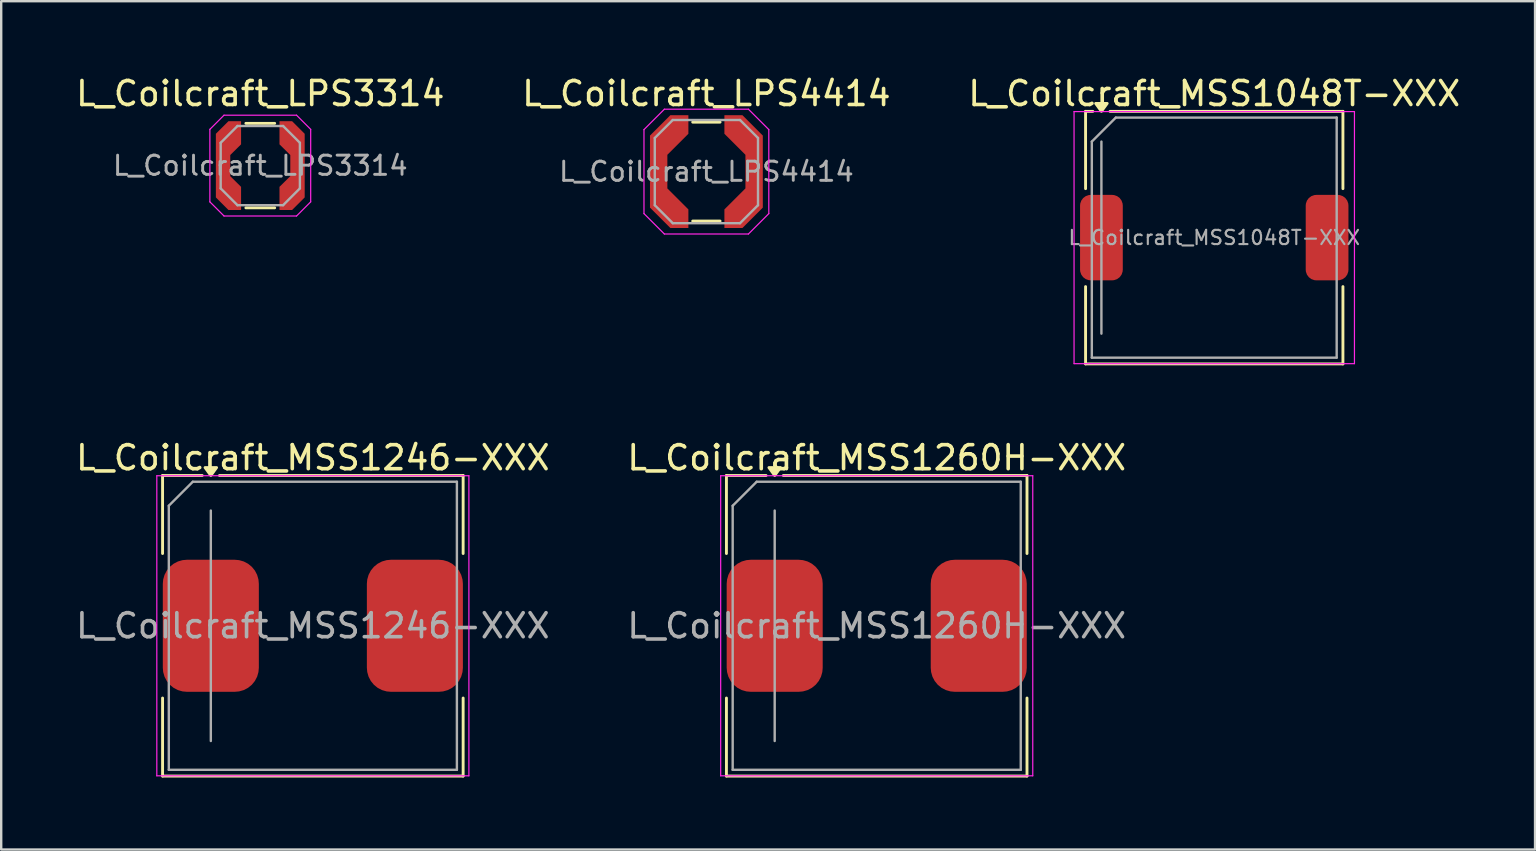
<source format=kicad_pcb>
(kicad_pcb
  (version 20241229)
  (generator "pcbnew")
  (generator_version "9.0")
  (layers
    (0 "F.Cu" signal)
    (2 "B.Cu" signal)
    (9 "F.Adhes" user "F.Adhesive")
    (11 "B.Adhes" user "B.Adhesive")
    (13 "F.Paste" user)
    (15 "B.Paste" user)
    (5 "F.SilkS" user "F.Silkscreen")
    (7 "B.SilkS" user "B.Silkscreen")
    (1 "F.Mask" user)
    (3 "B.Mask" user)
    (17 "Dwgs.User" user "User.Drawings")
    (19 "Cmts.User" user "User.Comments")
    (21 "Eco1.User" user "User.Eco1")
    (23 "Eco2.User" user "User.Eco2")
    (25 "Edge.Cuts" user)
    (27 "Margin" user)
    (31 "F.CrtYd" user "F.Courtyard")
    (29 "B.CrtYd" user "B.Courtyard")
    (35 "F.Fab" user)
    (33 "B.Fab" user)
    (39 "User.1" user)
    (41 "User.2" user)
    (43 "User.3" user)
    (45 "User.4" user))
  (footprint "L_Coilcraft_LPS3314"
    (layer "F.Cu")
    (at 7.792 3.848)
    (property "Reference" "L_Coilcraft_LPS3314" (at 0 -3 0) (layer "F.SilkS") (effects (font (size 1 1) (thickness 0.15))))
    (attr smd)
    (fp_line (start -0.6 -1.76) (end 0.6 -1.76) (stroke (width 0.12) (type solid)) (layer "F.SilkS"))
    (fp_line (start -0.6 1.76) (end 0.6 1.76) (stroke (width 0.12) (type solid)) (layer "F.SilkS"))
    (fp_line (start -2.1 -1.51) (end -2.1 1.51) (stroke (width 0.05) (type solid)) (layer "F.CrtYd"))
    (fp_line (start -1.51 -2.1) (end -2.1 -1.51) (stroke (width 0.05) (type solid)) (layer "F.CrtYd"))
    (fp_line (start -1.51 -2.1) (end 1.51 -2.1) (stroke (width 0.05) (type solid)) (layer "F.CrtYd"))
    (fp_line (start -1.51 2.1) (end -2.1 1.51) (stroke (width 0.05) (type solid)) (layer "F.CrtYd"))
    (fp_line (start -1.51 2.1) (end 1.51 2.1) (stroke (width 0.05) (type solid)) (layer "F.CrtYd"))
    (fp_line (start 1.51 -2.1) (end 2.1 -1.51) (stroke (width 0.05) (type solid)) (layer "F.CrtYd"))
    (fp_line (start 1.51 2.1) (end 2.1 1.51) (stroke (width 0.05) (type solid)) (layer "F.CrtYd"))
    (fp_line (start 2.1 -1.51) (end 2.1 1.51) (stroke (width 0.05) (type solid)) (layer "F.CrtYd"))
    (fp_line (start -1.65 -0.95) (end -0.95 -1.65) (stroke (width 0.1) (type solid)) (layer "F.Fab"))
    (fp_line (start -1.65 0.95) (end -1.65 -0.95) (stroke (width 0.1) (type solid)) (layer "F.Fab"))
    (fp_line (start -1.65 0.95) (end -0.95 1.65) (stroke (width 0.1) (type solid)) (layer "F.Fab"))
    (fp_line (start -0.95 -1.65) (end 0.95 -1.65) (stroke (width 0.1) (type solid)) (layer "F.Fab"))
    (fp_line (start 0.95 -1.65) (end 1.65 -0.95) (stroke (width 0.1) (type solid)) (layer "F.Fab"))
    (fp_line (start 0.95 1.65) (end -0.95 1.65) (stroke (width 0.1) (type solid)) (layer "F.Fab"))
    (fp_line (start 0.95 1.65) (end 1.65 0.95) (stroke (width 0.1) (type solid)) (layer "F.Fab"))
    (fp_line (start 1.65 -0.95) (end 1.65 0.95) (stroke (width 0.1) (type solid)) (layer "F.Fab"))
    (fp_text user "${REFERENCE}" (at 0 0 0) (layer "F.Fab") (effects (font (size 0.8 0.8) (thickness 0.12))))
    (pad "1" smd custom (at -1.55 0) (size 0.6 0.881) (layers "F.Cu" "F.Mask" "F.Paste") (options (anchor rect)) (primitives (gr_poly (pts (xy 0.75 -0.885) (xy 0.3 -0.441) (xy 0.3 0.441) (xy 0.75 0.885) (xy 0.75 1.85) (xy 0.225 1.85) (xy -0.3 1.325) (xy -0.3 -1.325) (xy 0.225 -1.85) (xy 0.75 -1.85)) (width 0) (fill yes))))
    (pad "2" smd custom (at 1.55 0 180) (size 0.6 0.881) (layers "F.Cu" "F.Mask" "F.Paste") (options (anchor rect)) (primitives (gr_poly (pts (xy 0.75 -0.885) (xy 0.3 -0.441) (xy 0.3 0.441) (xy 0.75 0.885) (xy 0.75 1.85) (xy 0.225 1.85) (xy -0.3 1.325) (xy -0.3 -1.325) (xy 0.225 -1.85) (xy 0.75 -1.85)) (width 0) (fill yes)))))
  (footprint "L_Coilcraft_MSS1048T-XXX"
    (layer "F.Cu")
    (at 47.53 6.848)
    (property "Reference" "L_Coilcraft_MSS1048T-XXX" (at 0 -6 0) (layer "F.SilkS") (effects (font (size 1 1) (thickness 0.15))))
    (attr smd)
    (fp_line (start -5.36 -5.26) (end -5.36 -2.04) (stroke (width 0.12) (type solid)) (layer "F.SilkS"))
    (fp_line (start -5.36 -5.26) (end -5.06 -5.26) (stroke (width 0.12) (type solid)) (layer "F.SilkS"))
    (fp_line (start -5.36 5.26) (end -5.36 2.04) (stroke (width 0.12) (type solid)) (layer "F.SilkS"))
    (fp_line (start -5.36 5.26) (end 5.36 5.26) (stroke (width 0.12) (type solid)) (layer "F.SilkS"))
    (fp_line (start -4.34 -5.26) (end 5.36 -5.26) (stroke (width 0.12) (type solid)) (layer "F.SilkS"))
    (fp_line (start 5.36 -5.26) (end 5.36 -2.04) (stroke (width 0.12) (type solid)) (layer "F.SilkS"))
    (fp_line (start 5.36 5.26) (end 5.36 2.04) (stroke (width 0.12) (type solid)) (layer "F.SilkS"))
    (fp_poly (pts (xy -4.7 -5.26) (xy -4.94 -5.59) (xy -4.46 -5.59) (xy -4.7 -5.26)) (stroke (width 0.12) (type solid)) (fill yes) (layer "F.SilkS"))
    (fp_line (start -5.84 -5.25) (end -5.84 5.25) (stroke (width 0.05) (type solid)) (layer "F.CrtYd"))
    (fp_line (start -5.84 5.25) (end 5.84 5.25) (stroke (width 0.05) (type solid)) (layer "F.CrtYd"))
    (fp_line (start 5.84 -5.25) (end -5.84 -5.25) (stroke (width 0.05) (type solid)) (layer "F.CrtYd"))
    (fp_line (start 5.84 5.25) (end 5.84 -5.25) (stroke (width 0.05) (type solid)) (layer "F.CrtYd"))
    (fp_line (start -5.1 -4) (end -4.1 -5) (stroke (width 0.1) (type solid)) (layer "F.Fab"))
    (fp_line (start -5.1 5) (end -5.1 -4) (stroke (width 0.1) (type solid)) (layer "F.Fab"))
    (fp_line (start -4.7 4) (end -4.7 -4) (stroke (width 0.1) (type solid)) (layer "F.Fab"))
    (fp_line (start -4.1 -5) (end 5.1 -5) (stroke (width 0.1) (type solid)) (layer "F.Fab"))
    (fp_line (start 5.1 -5) (end 5.1 5) (stroke (width 0.1) (type solid)) (layer "F.Fab"))
    (fp_line (start 5.1 5) (end -5.1 5) (stroke (width 0.1) (type solid)) (layer "F.Fab"))
    (fp_text user "${REFERENCE}" (at 0 0 0) (layer "F.Fab") (effects (font (size 0.593 0.593) (thickness 0.089))))
    (pad "1" smd roundrect (at -4.7 0) (size 1.78 3.56) (layers "F.Cu" "F.Mask" "F.Paste") (roundrect_rratio 0.25))
    (pad "2" smd roundrect (at 4.7 0) (size 1.78 3.56) (layers "F.Cu" "F.Mask" "F.Paste") (roundrect_rratio 0.25)))
  (footprint "L_Coilcraft_LPS4414"
    (layer "F.Cu")
    (at 26.375 4.098)
    (property "Reference" "L_Coilcraft_LPS4414" (at 0 -3.25 0) (layer "F.SilkS") (effects (font (size 1 1) (thickness 0.15))))
    (attr smd)
    (fp_line (start -0.57 -2.06) (end 0.57 -2.06) (stroke (width 0.12) (type solid)) (layer "F.SilkS"))
    (fp_line (start -0.57 2.06) (end 0.57 2.06) (stroke (width 0.12) (type solid)) (layer "F.SilkS"))
    (fp_line (start -2.6 -1.75) (end -2.6 1.75) (stroke (width 0.05) (type solid)) (layer "F.CrtYd"))
    (fp_line (start -2.6 1.75) (end -1.75 2.6) (stroke (width 0.05) (type solid)) (layer "F.CrtYd"))
    (fp_line (start -1.75 -2.6) (end -2.6 -1.75) (stroke (width 0.05) (type solid)) (layer "F.CrtYd"))
    (fp_line (start -1.75 -2.6) (end 1.75 -2.6) (stroke (width 0.05) (type solid)) (layer "F.CrtYd"))
    (fp_line (start -1.75 2.6) (end 1.75 2.6) (stroke (width 0.05) (type solid)) (layer "F.CrtYd"))
    (fp_line (start 1.75 -2.6) (end 2.6 -1.75) (stroke (width 0.05) (type solid)) (layer "F.CrtYd"))
    (fp_line (start 1.75 2.6) (end 2.6 1.75) (stroke (width 0.05) (type solid)) (layer "F.CrtYd"))
    (fp_line (start 2.6 -1.75) (end 2.6 1.75) (stroke (width 0.05) (type solid)) (layer "F.CrtYd"))
    (fp_line (start -2.15 -1.4) (end -1.4 -2.15) (stroke (width 0.1) (type solid)) (layer "F.Fab"))
    (fp_line (start -2.15 1.4) (end -2.15 -1.4) (stroke (width 0.1) (type solid)) (layer "F.Fab"))
    (fp_line (start -2.15 1.4) (end -1.4 2.15) (stroke (width 0.1) (type solid)) (layer "F.Fab"))
    (fp_line (start -1.4 -2.15) (end 1.4 -2.15) (stroke (width 0.1) (type solid)) (layer "F.Fab"))
    (fp_line (start 1.4 -2.15) (end 2.15 -1.4) (stroke (width 0.1) (type solid)) (layer "F.Fab"))
    (fp_line (start 1.4 2.15) (end -1.4 2.15) (stroke (width 0.1) (type solid)) (layer "F.Fab"))
    (fp_line (start 1.4 2.15) (end 2.15 1.4) (stroke (width 0.1) (type solid)) (layer "F.Fab"))
    (fp_line (start 2.15 -1.4) (end 2.15 1.4) (stroke (width 0.1) (type solid)) (layer "F.Fab"))
    (fp_text user "${REFERENCE}" (at 0 0 0) (layer "F.Fab") (effects (font (size 0.8 0.8) (thickness 0.12))))
    (pad "1" smd custom (at -1.988 0) (size 0.5 2) (layers "F.Cu" "F.Mask" "F.Paste") (options (anchor rect)) (primitives (gr_poly (pts (xy 0.362 -0.7) (xy 1.238 -1.575) (xy 1.238 -2.35) (xy 0.487 -2.35) (xy -0.362 -1.5) (xy -0.362 1.5) (xy 0.487 2.35) (xy 1.238 2.35) (xy 1.238 1.575) (xy 0.362 0.7)) (width 0) (fill yes))))
    (pad "2" smd custom (at 1.988 0) (size 0.5 2) (layers "F.Cu" "F.Mask" "F.Paste") (options (anchor rect)) (primitives (gr_poly (pts (xy -0.362 -0.7) (xy -1.238 -1.575) (xy -1.238 -2.35) (xy -0.487 -2.35) (xy 0.362 -1.5) (xy 0.362 1.5) (xy -0.487 2.35) (xy -1.238 2.35) (xy -1.238 1.575) (xy -0.362 0.7)) (width 0) (fill yes)))))
  (footprint "L_Coilcraft_MSS1260H-XXX"
    (layer "F.Cu")
    (at 33.47 23.017)
    (property "Reference" "L_Coilcraft_MSS1260H-XXX" (at 0 -7 0) (layer "F.SilkS") (effects (font (size 1 1) (thickness 0.15))))
    (attr smd)
    (fp_line (start -6.26 -6.26) (end -6.26 -3.01) (stroke (width 0.12) (type solid)) (layer "F.SilkS"))
    (fp_line (start -6.26 -6.26) (end -4.61 -6.26) (stroke (width 0.12) (type solid)) (layer "F.SilkS"))
    (fp_line (start -6.26 6.26) (end -6.26 3.01) (stroke (width 0.12) (type solid)) (layer "F.SilkS"))
    (fp_line (start -6.26 6.26) (end 6.26 6.26) (stroke (width 0.12) (type solid)) (layer "F.SilkS"))
    (fp_line (start -3.89 -6.26) (end 6.26 -6.26) (stroke (width 0.12) (type solid)) (layer "F.SilkS"))
    (fp_line (start 6.26 -6.26) (end 6.26 -3.01) (stroke (width 0.12) (type solid)) (layer "F.SilkS"))
    (fp_line (start 6.26 6.26) (end 6.26 3.01) (stroke (width 0.12) (type solid)) (layer "F.SilkS"))
    (fp_poly (pts (xy -4.25 -6.26) (xy -4.49 -6.59) (xy -4.01 -6.59) (xy -4.25 -6.26)) (stroke (width 0.12) (type solid)) (fill yes) (layer "F.SilkS"))
    (fp_line (start -6.5 -6.25) (end -6.5 6.25) (stroke (width 0.05) (type solid)) (layer "F.CrtYd"))
    (fp_line (start -6.5 6.25) (end 6.5 6.25) (stroke (width 0.05) (type solid)) (layer "F.CrtYd"))
    (fp_line (start 6.5 -6.25) (end -6.5 -6.25) (stroke (width 0.05) (type solid)) (layer "F.CrtYd"))
    (fp_line (start 6.5 6.25) (end 6.5 -6.25) (stroke (width 0.05) (type solid)) (layer "F.CrtYd"))
    (fp_line (start -6 -5) (end -5 -6) (stroke (width 0.1) (type solid)) (layer "F.Fab"))
    (fp_line (start -6 6) (end -6 -5) (stroke (width 0.1) (type solid)) (layer "F.Fab"))
    (fp_line (start -5 -6) (end 6 -6) (stroke (width 0.1) (type solid)) (layer "F.Fab"))
    (fp_line (start -4.25 4.8) (end -4.25 -4.8) (stroke (width 0.1) (type solid)) (layer "F.Fab"))
    (fp_line (start 6 -6) (end 6 6) (stroke (width 0.1) (type solid)) (layer "F.Fab"))
    (fp_line (start 6 6) (end -6 6) (stroke (width 0.1) (type solid)) (layer "F.Fab"))
    (fp_text user "${REFERENCE}" (at 0 0 0) (layer "F.Fab") (effects (font (size 1 1) (thickness 0.15))))
    (pad "1" smd roundrect (at -4.25 0) (size 4 5.5) (layers "F.Cu" "F.Mask" "F.Paste") (roundrect_rratio 0.25))
    (pad "2" smd roundrect (at 4.25 0) (size 4 5.5) (layers "F.Cu" "F.Mask" "F.Paste") (roundrect_rratio 0.25)))
  (footprint "L_Coilcraft_MSS1246-XXX"
    (layer "F.Cu")
    (at 9.982 23.017)
    (property "Reference" "L_Coilcraft_MSS1246-XXX" (at 0 -7 0) (layer "F.SilkS") (effects (font (size 1 1) (thickness 0.15))))
    (attr smd)
    (fp_line (start -6.26 -6.26) (end -6.26 -3.01) (stroke (width 0.12) (type solid)) (layer "F.SilkS"))
    (fp_line (start -6.26 -6.26) (end -4.61 -6.26) (stroke (width 0.12) (type solid)) (layer "F.SilkS"))
    (fp_line (start -6.26 6.26) (end -6.26 3.01) (stroke (width 0.12) (type solid)) (layer "F.SilkS"))
    (fp_line (start -6.26 6.26) (end 6.26 6.26) (stroke (width 0.12) (type solid)) (layer "F.SilkS"))
    (fp_line (start -3.89 -6.26) (end 6.26 -6.26) (stroke (width 0.12) (type solid)) (layer "F.SilkS"))
    (fp_line (start 6.26 -6.26) (end 6.26 -3.01) (stroke (width 0.12) (type solid)) (layer "F.SilkS"))
    (fp_line (start 6.26 6.26) (end 6.26 3.01) (stroke (width 0.12) (type solid)) (layer "F.SilkS"))
    (fp_poly (pts (xy -4.25 -6.26) (xy -4.49 -6.59) (xy -4.01 -6.59) (xy -4.25 -6.26)) (stroke (width 0.12) (type solid)) (fill yes) (layer "F.SilkS"))
    (fp_line (start -6.5 -6.25) (end -6.5 6.25) (stroke (width 0.05) (type solid)) (layer "F.CrtYd"))
    (fp_line (start -6.5 6.25) (end 6.5 6.25) (stroke (width 0.05) (type solid)) (layer "F.CrtYd"))
    (fp_line (start 6.5 -6.25) (end -6.5 -6.25) (stroke (width 0.05) (type solid)) (layer "F.CrtYd"))
    (fp_line (start 6.5 6.25) (end 6.5 -6.25) (stroke (width 0.05) (type solid)) (layer "F.CrtYd"))
    (fp_line (start -6 -5) (end -5 -6) (stroke (width 0.1) (type solid)) (layer "F.Fab"))
    (fp_line (start -6 6) (end -6 -5) (stroke (width 0.1) (type solid)) (layer "F.Fab"))
    (fp_line (start -5 -6) (end 6 -6) (stroke (width 0.1) (type solid)) (layer "F.Fab"))
    (fp_line (start -4.25 4.8) (end -4.25 -4.8) (stroke (width 0.1) (type solid)) (layer "F.Fab"))
    (fp_line (start 6 -6) (end 6 6) (stroke (width 0.1) (type solid)) (layer "F.Fab"))
    (fp_line (start 6 6) (end -6 6) (stroke (width 0.1) (type solid)) (layer "F.Fab"))
    (fp_text user "${REFERENCE}" (at 0 0 0) (layer "F.Fab") (effects (font (size 1 1) (thickness 0.15))))
    (pad "1" smd roundrect (at -4.25 0) (size 4 5.5) (layers "F.Cu" "F.Mask" "F.Paste") (roundrect_rratio 0.25))
    (pad "2" smd roundrect (at 4.25 0) (size 4 5.5) (layers "F.Cu" "F.Mask" "F.Paste") (roundrect_rratio 0.25)))
  (gr_rect
    (start -3 -3)
    (end 60.893 32.337)
    (stroke (width 0.1) (type default))
    (fill no)
    (layer "Edge.Cuts")))
</source>
